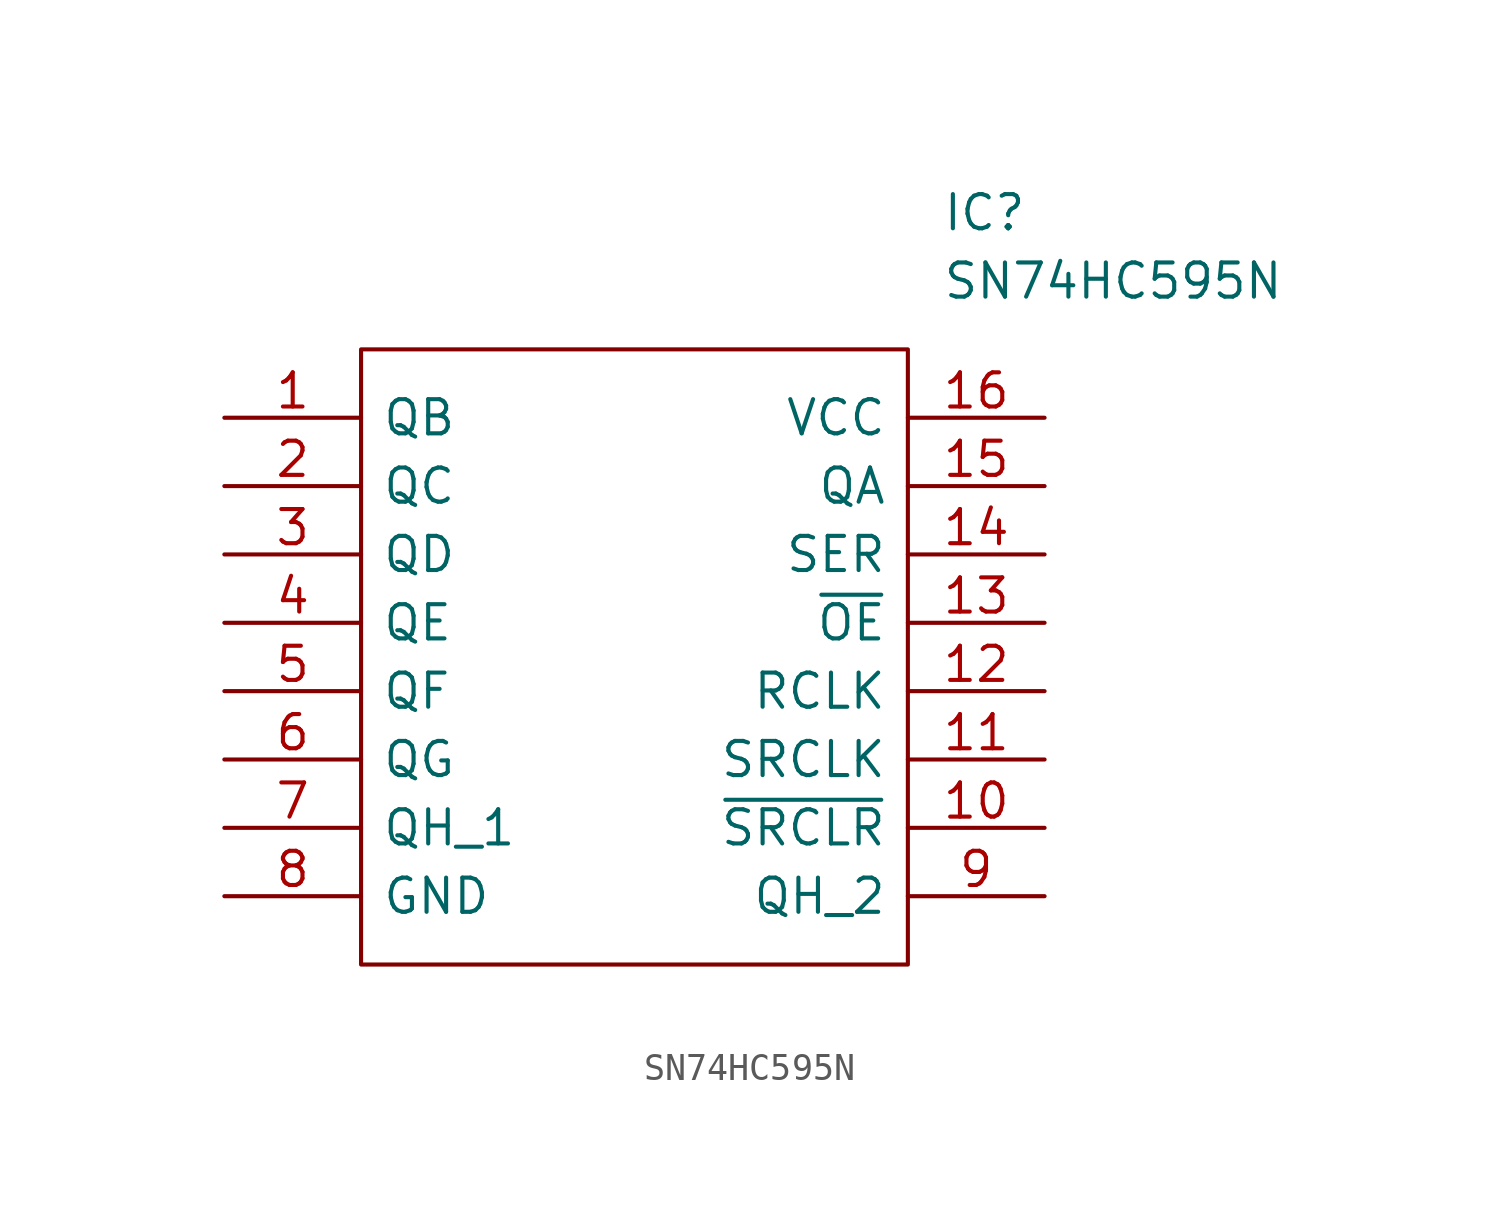
<source format=kicad_sym>
(kicad_symbol_lib
  (version 20211014)
  (generator kicad_symbol_editor)
  (symbol "SN74HC595N"
    (pin_names
      (offset 0.762))
    (property "Reference" "IC"
      (at 26.67 7.62 0)
      (effects (font (size 1.27 1.27)) (justify left)))
    (property "Value" "SN74HC595N"
      (at 26.67 5.08 0)
      (effects (font (size 1.27 1.27)) (justify left)))
    (symbol "SN74HC595N_0_0"
      (pin passive line (at 0 0 0) (length 5.08) (name "QB" (effects (font (size 1.27 1.27)))) (number "1" (effects (font (size 1.27 1.27)))))
      (pin passive line (at 30.48 -15.24 180) (length 5.08) (name "~{SRCLR}" (effects (font (size 1.27 1.27)))) (number "10" (effects (font (size 1.27 1.27)))))
      (pin input line (at 30.48 -12.7 180) (length 5.08) (name "SRCLK" (effects (font (size 1.27 1.27)))) (number "11" (effects (font (size 1.27 1.27)))))
      (pin input line (at 30.48 -10.16 180) (length 5.08) (name "RCLK" (effects (font (size 1.27 1.27)))) (number "12" (effects (font (size 1.27 1.27)))))
      (pin passive line (at 30.48 -7.62 180) (length 5.08) (name "~{OE}" (effects (font (size 1.27 1.27)))) (number "13" (effects (font (size 1.27 1.27)))))
      (pin passive line (at 30.48 -5.08 180) (length 5.08) (name "SER" (effects (font (size 1.27 1.27)))) (number "14" (effects (font (size 1.27 1.27)))))
      (pin passive line (at 30.48 -2.54 180) (length 5.08) (name "QA" (effects (font (size 1.27 1.27)))) (number "15" (effects (font (size 1.27 1.27)))))
      (pin power_in line (at 30.48 0 180) (length 5.08) (name "VCC" (effects (font (size 1.27 1.27)))) (number "16" (effects (font (size 1.27 1.27)))))
      (pin passive line (at 0 -2.54 0) (length 5.08) (name "QC" (effects (font (size 1.27 1.27)))) (number "2" (effects (font (size 1.27 1.27)))))
      (pin passive line (at 0 -5.08 0) (length 5.08) (name "QD" (effects (font (size 1.27 1.27)))) (number "3" (effects (font (size 1.27 1.27)))))
      (pin passive line (at 0 -7.62 0) (length 5.08) (name "QE" (effects (font (size 1.27 1.27)))) (number "4" (effects (font (size 1.27 1.27)))))
      (pin passive line (at 0 -10.16 0) (length 5.08) (name "QF" (effects (font (size 1.27 1.27)))) (number "5" (effects (font (size 1.27 1.27)))))
      (pin passive line (at 0 -12.7 0) (length 5.08) (name "QG" (effects (font (size 1.27 1.27)))) (number "6" (effects (font (size 1.27 1.27)))))
      (pin passive line (at 0 -15.24 0) (length 5.08) (name "QH_1" (effects (font (size 1.27 1.27)))) (number "7" (effects (font (size 1.27 1.27)))))
      (pin power_in line (at 0 -17.78 0) (length 5.08) (name "GND" (effects (font (size 1.27 1.27)))) (number "8" (effects (font (size 1.27 1.27)))))
      (pin passive line (at 30.48 -17.78 180) (length 5.08) (name "QH_2" (effects (font (size 1.27 1.27)))) (number "9" (effects (font (size 1.27 1.27))))))
    (symbol "SN74HC595N_0_1"
      (polyline (pts (xy 5.08 2.54) (xy 25.4 2.54) (xy 25.4 -20.32) (xy 5.08 -20.32) (xy 5.08 2.54)) (stroke (width 0.152) (type default) (color 0 0 0 0)) (fill (type none))))))
</source>
